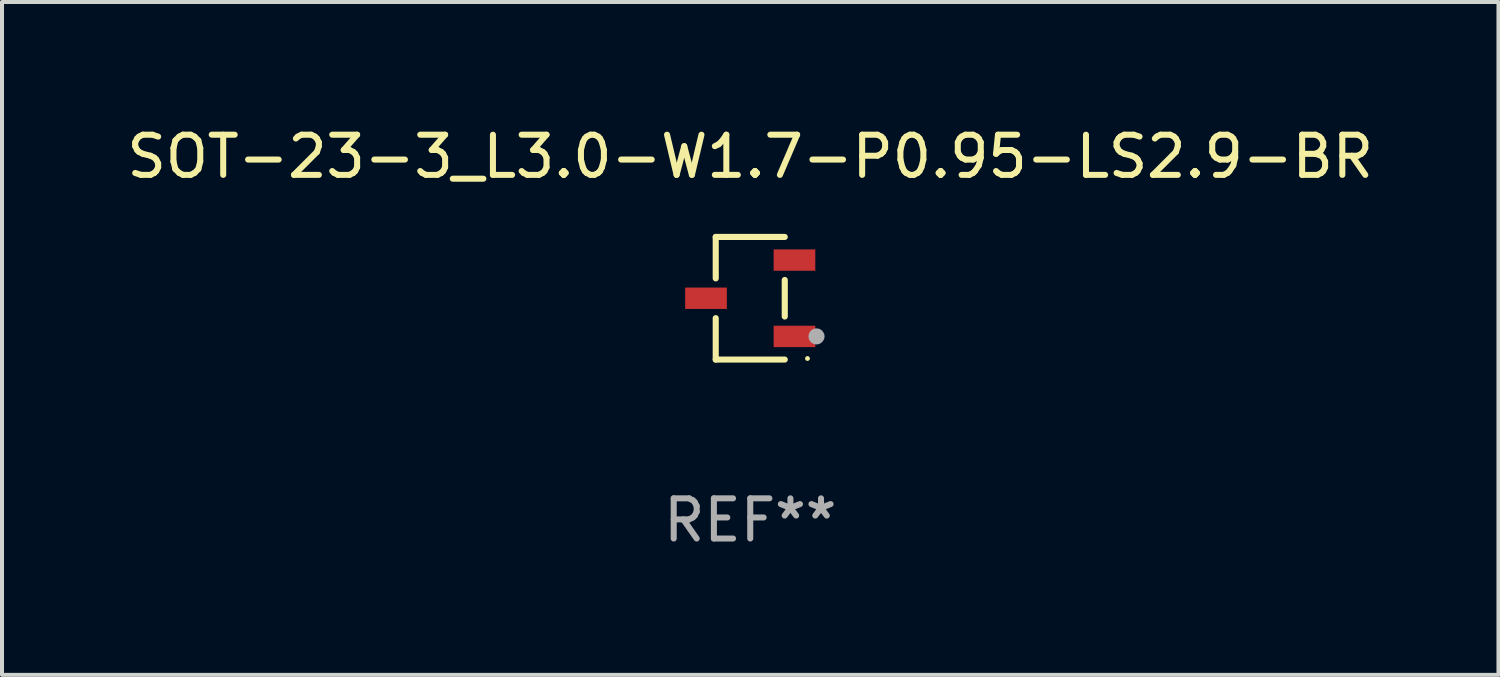
<source format=kicad_pcb>
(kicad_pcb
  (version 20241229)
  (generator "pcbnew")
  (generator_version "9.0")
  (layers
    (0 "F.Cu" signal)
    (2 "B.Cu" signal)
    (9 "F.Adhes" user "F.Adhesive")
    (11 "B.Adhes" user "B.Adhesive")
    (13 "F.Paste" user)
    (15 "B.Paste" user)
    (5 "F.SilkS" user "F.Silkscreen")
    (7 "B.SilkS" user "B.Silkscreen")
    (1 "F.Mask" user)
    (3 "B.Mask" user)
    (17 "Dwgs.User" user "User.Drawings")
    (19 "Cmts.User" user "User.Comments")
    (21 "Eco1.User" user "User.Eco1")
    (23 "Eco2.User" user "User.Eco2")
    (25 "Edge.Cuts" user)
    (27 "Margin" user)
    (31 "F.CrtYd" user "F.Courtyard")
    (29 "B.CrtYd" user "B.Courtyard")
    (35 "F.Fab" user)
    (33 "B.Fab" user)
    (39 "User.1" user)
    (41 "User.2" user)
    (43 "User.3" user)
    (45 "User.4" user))
  (footprint "SOT-23-3_L3.0-W1.7-P0.95-LS2.9-BR"
    (layer "F.Cu")
    (at 15.625 4.374)
    (property "Reference" "SOT-23-3_L3.0-W1.7-P0.95-LS2.9-BR" (at 0 -3.526 0) (layer "F.SilkS") (effects (font (size 1 1) (thickness 0.15))))
    (attr smd)
    (fp_line (start -0.859 -1.526) (end -0.859 -0.495) (stroke (width 0.152) (type solid)) (layer "F.SilkS"))
    (fp_line (start -0.859 1.526) (end -0.859 0.495) (stroke (width 0.152) (type solid)) (layer "F.SilkS"))
    (fp_line (start 0.859 -1.526) (end -0.859 -1.526) (stroke (width 0.152) (type solid)) (layer "F.SilkS"))
    (fp_line (start 0.859 -0.455) (end 0.859 0.455) (stroke (width 0.152) (type solid)) (layer "F.SilkS"))
    (fp_line (start 0.859 1.526) (end -0.859 1.526) (stroke (width 0.152) (type solid)) (layer "F.SilkS"))
    (fp_circle (center 1.425 1.5) (end 1.455 1.5) (stroke (width 0.06) (type solid)) (fill no) (layer "F.SilkS"))
    (fp_circle (center 1.65 0.95) (end 1.75 0.95) (stroke (width 0.2) (type solid)) (fill no) (layer "F.Fab"))
    (fp_text user "REF**" (at 0 5.526 0) (layer "F.Fab") (effects (font (size 1 1) (thickness 0.15))))
    (pad "1" smd rect (at 1.101 0.95) (size 1.037 0.532) (layers "F.Cu" "F.Mask" "F.Paste"))
    (pad "2" smd rect (at 1.101 -0.95) (size 1.037 0.532) (layers "F.Cu" "F.Mask" "F.Paste"))
    (pad "3" smd rect (at -1.101 0) (size 1.037 0.532) (layers "F.Cu" "F.Mask" "F.Paste")))
  (gr_rect
    (start -3 -3)
    (end 34.25 13.749)
    (stroke (width 0.1) (type default))
    (fill no)
    (layer "Edge.Cuts")))
</source>
